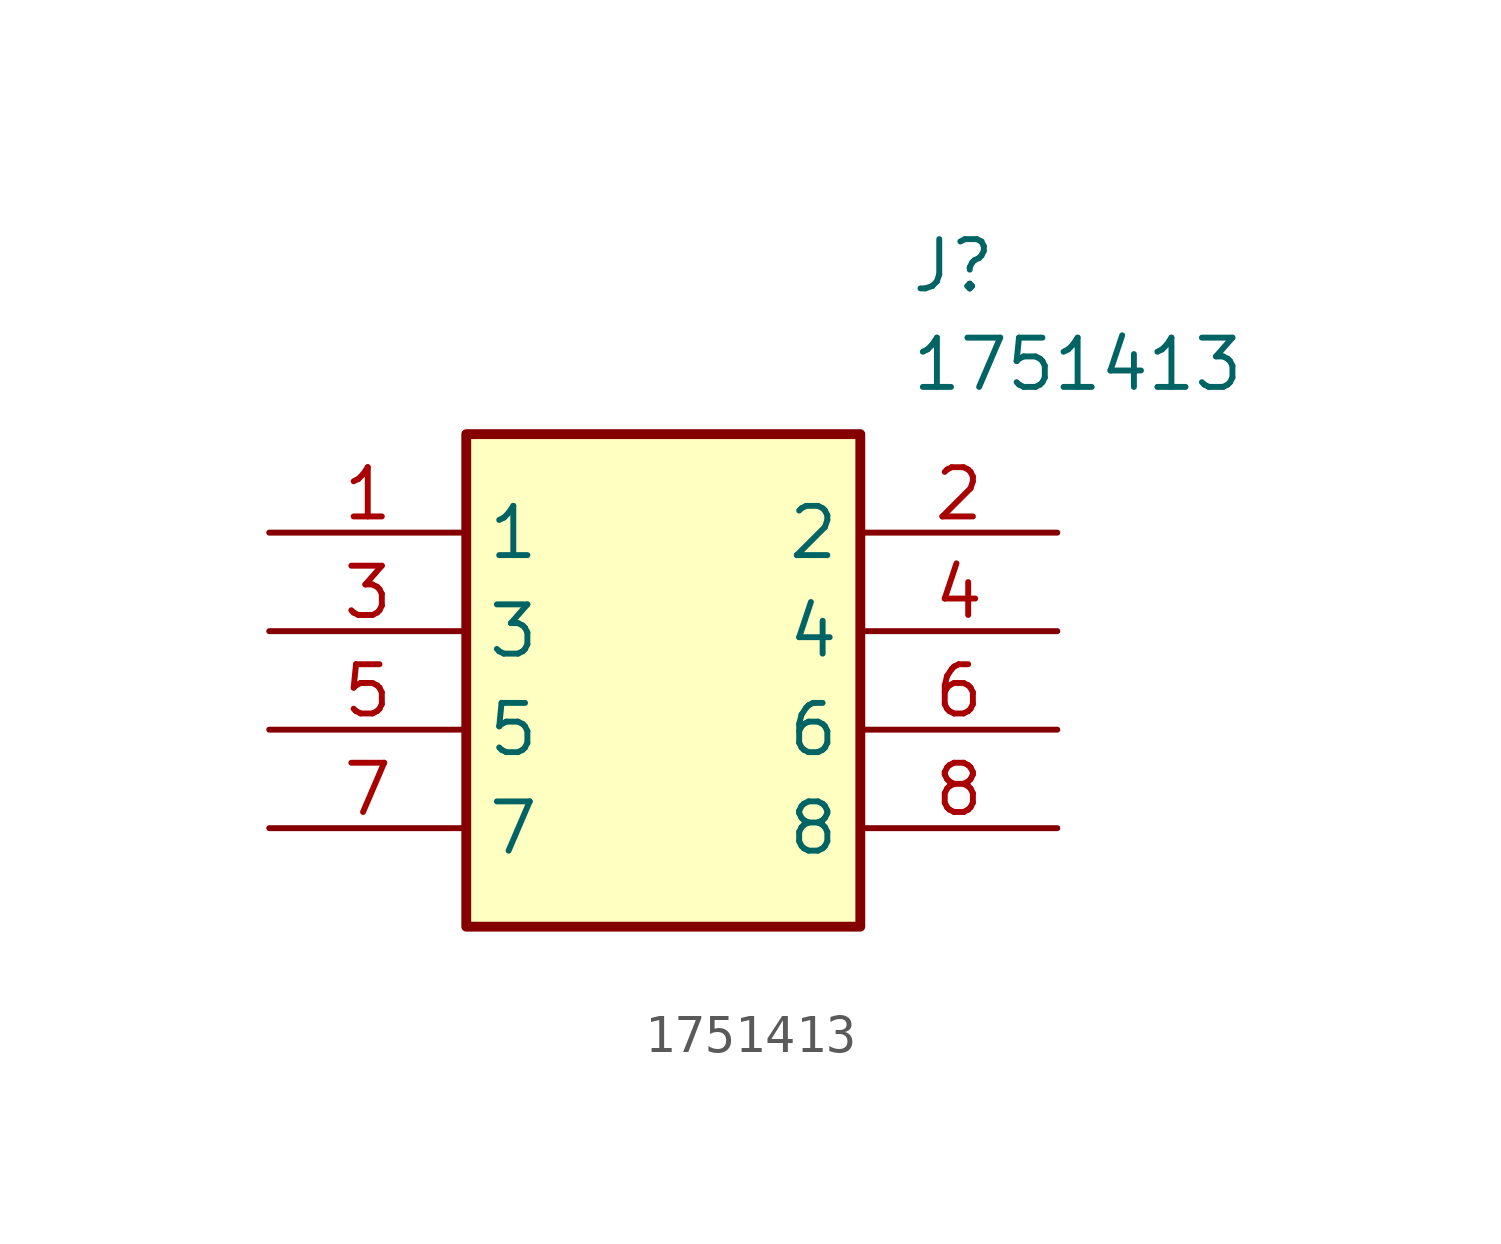
<source format=kicad_sym>
(kicad_symbol_lib
  (version 20241209)
  (generator "kicad_symbol_editor")
  (generator_version "9.0")
  (symbol "1751413"
    (property "Reference" "J"
      (at 16.51 7.62 0)
      (effects (font (size 1.27 1.27)) (justify left top)))
    (property "Value" "1751413"
      (at 16.51 5.08 0)
      (effects (font (size 1.27 1.27)) (justify left top)))
    (symbol "1751413_1_1"
      (rectangle (start 5.08 2.54) (end 15.24 -10.16) (stroke (width 0.254) (type default)) (fill (type background)))
      (pin passive line (at 0 0 0) (length 5.08) (name "1" (effects (font (size 1.27 1.27)))) (number "1" (effects (font (size 1.27 1.27)))))
      (pin passive line (at 0 -2.54 0) (length 5.08) (name "3" (effects (font (size 1.27 1.27)))) (number "3" (effects (font (size 1.27 1.27)))))
      (pin passive line (at 0 -5.08 0) (length 5.08) (name "5" (effects (font (size 1.27 1.27)))) (number "5" (effects (font (size 1.27 1.27)))))
      (pin passive line (at 0 -7.62 0) (length 5.08) (name "7" (effects (font (size 1.27 1.27)))) (number "7" (effects (font (size 1.27 1.27)))))
      (pin passive line (at 20.32 0 180) (length 5.08) (name "2" (effects (font (size 1.27 1.27)))) (number "2" (effects (font (size 1.27 1.27)))))
      (pin passive line (at 20.32 -2.54 180) (length 5.08) (name "4" (effects (font (size 1.27 1.27)))) (number "4" (effects (font (size 1.27 1.27)))))
      (pin passive line (at 20.32 -5.08 180) (length 5.08) (name "6" (effects (font (size 1.27 1.27)))) (number "6" (effects (font (size 1.27 1.27)))))
      (pin passive line (at 20.32 -7.62 180) (length 5.08) (name "8" (effects (font (size 1.27 1.27)))) (number "8" (effects (font (size 1.27 1.27))))))))
</source>
